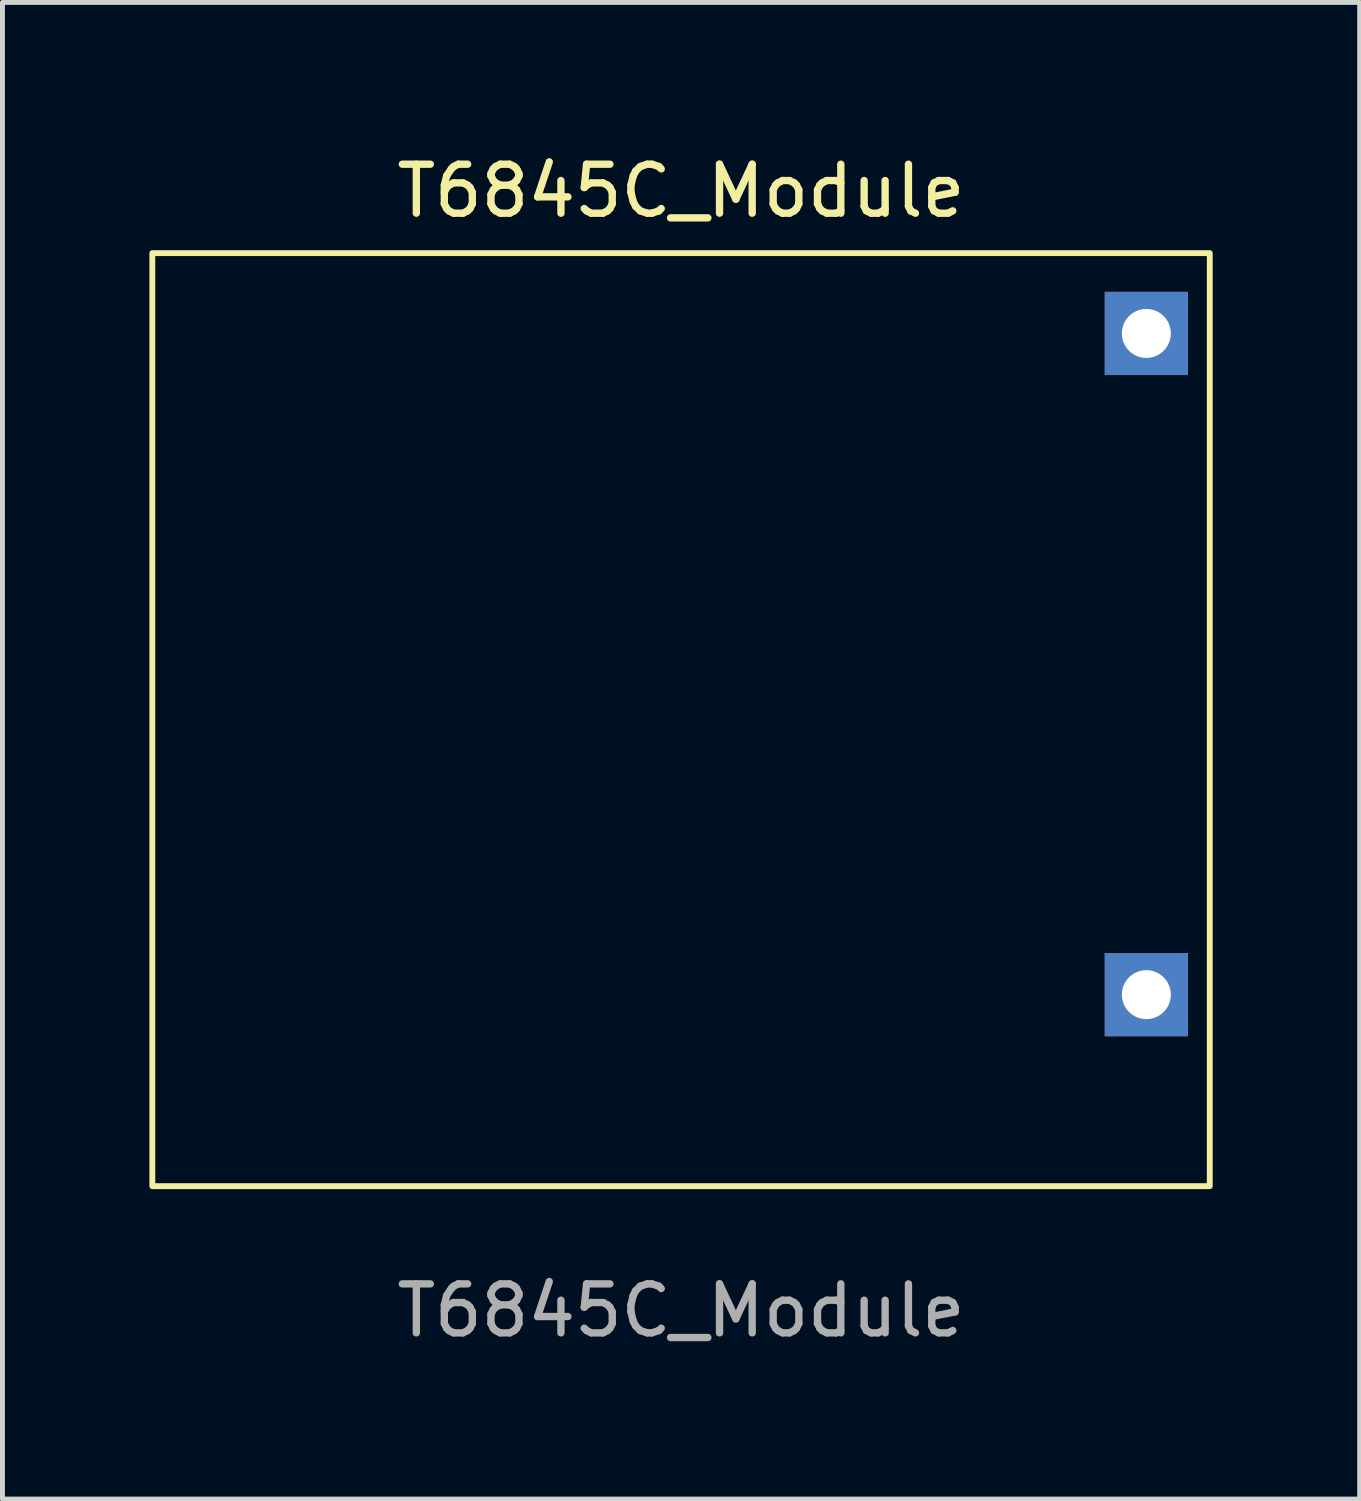
<source format=kicad_pcb>
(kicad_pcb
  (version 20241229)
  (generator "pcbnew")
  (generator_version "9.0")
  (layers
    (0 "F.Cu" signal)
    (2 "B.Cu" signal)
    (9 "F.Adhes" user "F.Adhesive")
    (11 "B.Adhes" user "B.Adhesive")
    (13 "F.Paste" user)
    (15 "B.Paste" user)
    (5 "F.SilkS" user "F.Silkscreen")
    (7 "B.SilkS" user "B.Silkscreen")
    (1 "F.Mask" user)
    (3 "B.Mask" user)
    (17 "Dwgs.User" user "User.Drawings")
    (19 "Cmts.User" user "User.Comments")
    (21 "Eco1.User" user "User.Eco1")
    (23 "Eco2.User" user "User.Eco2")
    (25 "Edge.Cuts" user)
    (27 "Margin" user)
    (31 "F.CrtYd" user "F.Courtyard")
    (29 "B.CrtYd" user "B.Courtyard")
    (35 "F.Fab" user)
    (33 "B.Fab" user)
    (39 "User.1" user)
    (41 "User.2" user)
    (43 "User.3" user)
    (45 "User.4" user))
  (footprint "T6845C_Module"
    (layer "F.Cu")
    (at 10.855 11.008)
    (property "Reference" "T6845C_Module" (at 0 -10.16 0) (unlocked yes) (layer "F.SilkS") (effects (font (size 1 1) (thickness 0.15))))
    (attr smd)
    (fp_rect (start -10.795 -8.89) (end 10.795 10.16) (stroke (width 0.12) (type solid)) (fill no) (layer "F.SilkS"))
    (fp_text user "${REFERENCE}" (at 0 12.7 0) (unlocked yes) (layer "F.Fab") (effects (font (size 1 1) (thickness 0.15))))
    (pad "3" thru_hole rect (at 9.5 -7.25) (size 1.7 1.7) (drill 1) (layers "*.Cu" "*.Mask"))
    (pad "4" thru_hole rect (at 9.5 6.25) (size 1.7 1.7) (drill 1) (layers "*.Cu" "*.Mask")))
  (gr_rect
    (start -3 -3)
    (end 24.71 27.556)
    (stroke (width 0.1) (type default))
    (fill no)
    (layer "Edge.Cuts")))
</source>
